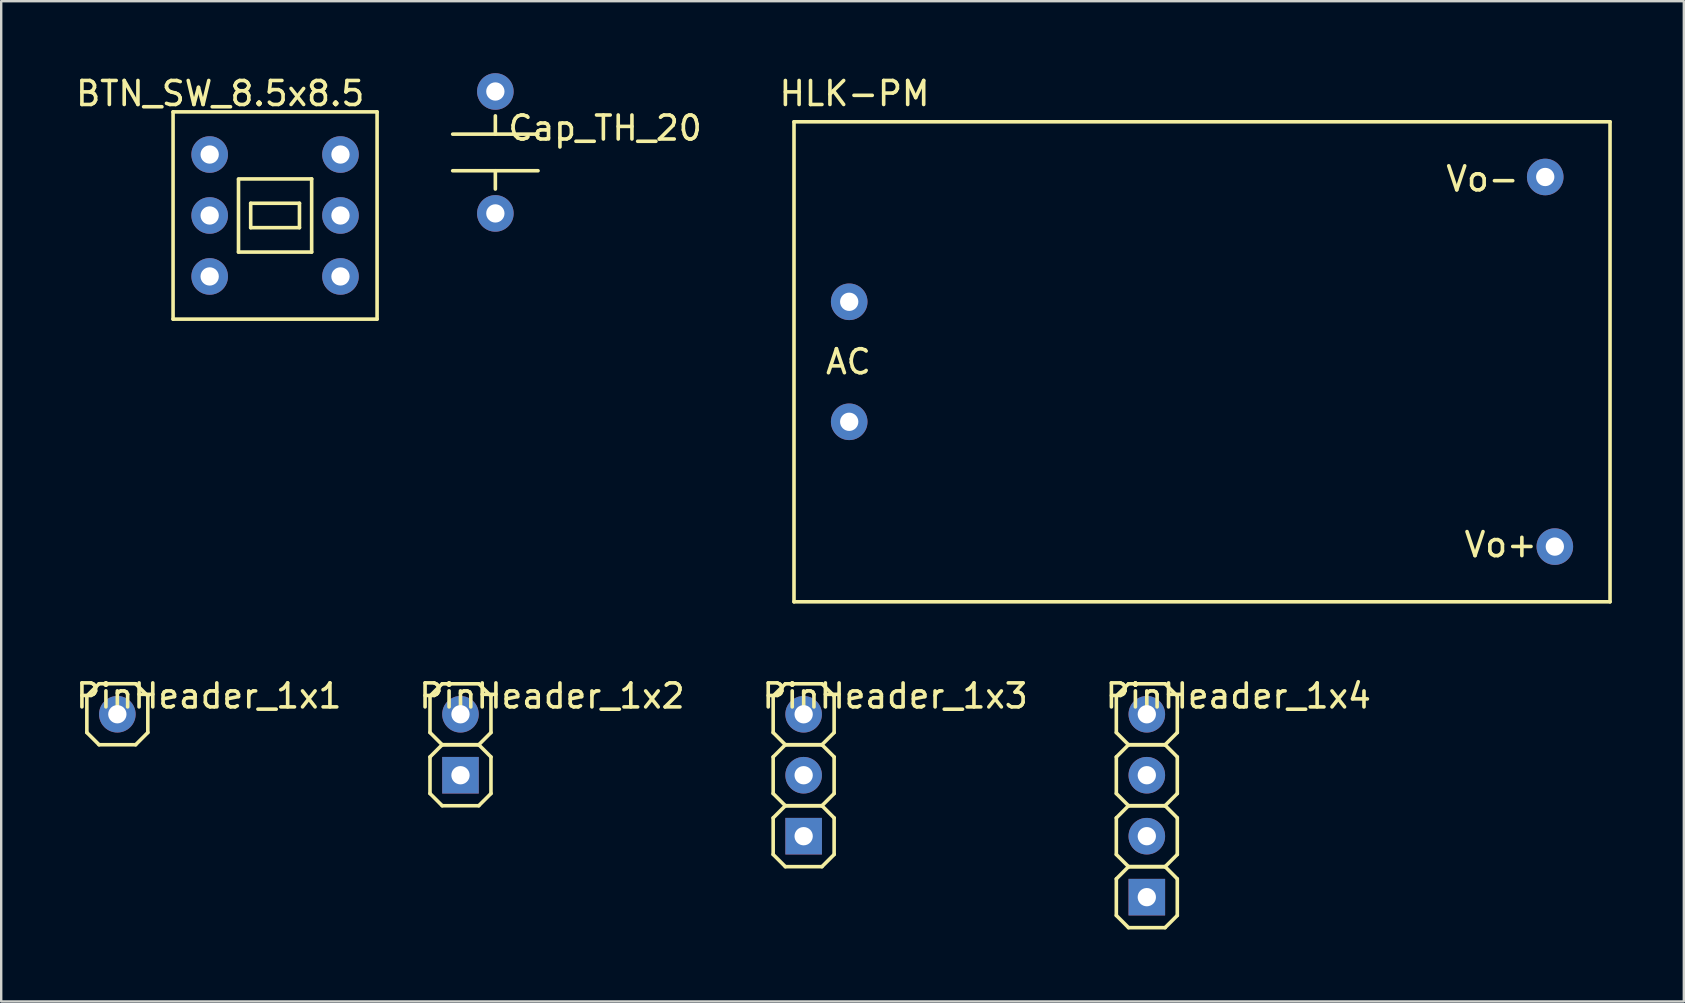
<source format=kicad_pcb>
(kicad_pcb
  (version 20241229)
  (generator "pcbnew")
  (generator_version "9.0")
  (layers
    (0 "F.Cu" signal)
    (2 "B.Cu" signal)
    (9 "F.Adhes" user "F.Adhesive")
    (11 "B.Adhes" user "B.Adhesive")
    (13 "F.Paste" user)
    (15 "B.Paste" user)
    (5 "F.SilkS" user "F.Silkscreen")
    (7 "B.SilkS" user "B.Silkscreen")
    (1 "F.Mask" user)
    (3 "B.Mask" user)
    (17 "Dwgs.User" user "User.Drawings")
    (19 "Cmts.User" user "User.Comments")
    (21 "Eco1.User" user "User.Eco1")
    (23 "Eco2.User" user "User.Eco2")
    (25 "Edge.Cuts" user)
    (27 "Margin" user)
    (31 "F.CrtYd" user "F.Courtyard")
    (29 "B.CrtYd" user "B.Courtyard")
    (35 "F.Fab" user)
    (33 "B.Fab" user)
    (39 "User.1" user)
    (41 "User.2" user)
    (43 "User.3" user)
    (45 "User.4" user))
  (footprint "BTN_SW_8.5x8.5"
    (layer "F.Cu")
    (at 8.411 5.928)
    (property "Reference" "BTN_SW_8.5x8.5" (at -2.286 -5.08 0) (layer "F.SilkS") (effects (font (size 1 1) (thickness 0.15))))
    (attr through_hole)
    (fp_line (start -4.25 -4.318) (end -4.25 4.318) (stroke (width 0.15) (type solid)) (layer "F.SilkS"))
    (fp_line (start -4.25 4.318) (end 4.25 4.318) (stroke (width 0.15) (type solid)) (layer "F.SilkS"))
    (fp_line (start -1.524 -1.5) (end -1.524 1.524) (stroke (width 0.15) (type solid)) (layer "F.SilkS"))
    (fp_line (start -1.524 1.524) (end 1.524 1.524) (stroke (width 0.15) (type solid)) (layer "F.SilkS"))
    (fp_line (start -1.016 -0.508) (end -1.016 0.508) (stroke (width 0.15) (type solid)) (layer "F.SilkS"))
    (fp_line (start -1.016 0.508) (end 1.016 0.508) (stroke (width 0.15) (type solid)) (layer "F.SilkS"))
    (fp_line (start 1.016 -0.508) (end -1.016 -0.508) (stroke (width 0.15) (type solid)) (layer "F.SilkS"))
    (fp_line (start 1.016 0.508) (end 1.016 -0.508) (stroke (width 0.15) (type solid)) (layer "F.SilkS"))
    (fp_line (start 1.524 -1.524) (end -1.524 -1.524) (stroke (width 0.15) (type solid)) (layer "F.SilkS"))
    (fp_line (start 1.524 1.524) (end 1.524 -1.524) (stroke (width 0.15) (type solid)) (layer "F.SilkS"))
    (fp_line (start 4.25 -4.318) (end -4.25 -4.318) (stroke (width 0.15) (type solid)) (layer "F.SilkS"))
    (fp_line (start 4.25 -4.318) (end 4.25 4.318) (stroke (width 0.15) (type solid)) (layer "F.SilkS"))
    (pad "1" thru_hole circle (at -2.725 -2.54) (size 1.524 1.524) (drill 0.762) (layers "*.Cu" "*.Mask"))
    (pad "2" thru_hole circle (at -2.725 0) (size 1.524 1.524) (drill 0.762) (layers "*.Cu" "*.Mask"))
    (pad "3" thru_hole circle (at -2.725 2.54) (size 1.524 1.524) (drill 0.762) (layers "*.Cu" "*.Mask"))
    (pad "4" thru_hole circle (at 2.725 2.54) (size 1.524 1.524) (drill 0.762) (layers "*.Cu" "*.Mask"))
    (pad "5" thru_hole circle (at 2.725 0) (size 1.524 1.524) (drill 0.762) (layers "*.Cu" "*.Mask"))
    (pad "6" thru_hole circle (at 2.725 -2.54) (size 1.524 1.524) (drill 0.762) (layers "*.Cu" "*.Mask")))
  (footprint "PinHeader_1x3"
    (layer "F.Cu")
    (at 30.434 29.25)
    (property "Reference" "PinHeader_1x3" (at 3.81 -3.302 0) (layer "F.SilkS") (effects (font (size 1 1) (thickness 0.15))))
    (attr through_hole)
    (fp_line (start -1.27 -3.302) (end -0.762 -3.81) (stroke (width 0.15) (type solid)) (layer "F.SilkS"))
    (fp_line (start -1.27 -1.778) (end -1.27 -3.302) (stroke (width 0.15) (type solid)) (layer "F.SilkS"))
    (fp_line (start -1.27 -0.762) (end -0.762 -1.27) (stroke (width 0.15) (type solid)) (layer "F.SilkS"))
    (fp_line (start -1.27 0.762) (end -1.27 -0.762) (stroke (width 0.15) (type solid)) (layer "F.SilkS"))
    (fp_line (start -1.27 1.778) (end -0.762 1.27) (stroke (width 0.15) (type solid)) (layer "F.SilkS"))
    (fp_line (start -1.27 3.302) (end -1.27 1.778) (stroke (width 0.15) (type solid)) (layer "F.SilkS"))
    (fp_line (start -0.762 -1.27) (end -1.27 -1.778) (stroke (width 0.15) (type solid)) (layer "F.SilkS"))
    (fp_line (start -0.762 -1.27) (end 0.762 -1.27) (stroke (width 0.15) (type solid)) (layer "F.SilkS"))
    (fp_line (start -0.762 1.27) (end -1.27 0.762) (stroke (width 0.15) (type solid)) (layer "F.SilkS"))
    (fp_line (start -0.762 1.27) (end 0.762 1.27) (stroke (width 0.15) (type solid)) (layer "F.SilkS"))
    (fp_line (start -0.762 3.81) (end -1.27 3.302) (stroke (width 0.15) (type solid)) (layer "F.SilkS"))
    (fp_line (start 0.762 -3.81) (end -0.762 -3.81) (stroke (width 0.15) (type solid)) (layer "F.SilkS"))
    (fp_line (start 0.762 -3.81) (end 1.27 -3.302) (stroke (width 0.15) (type solid)) (layer "F.SilkS"))
    (fp_line (start 0.762 -1.27) (end -0.762 -1.27) (stroke (width 0.15) (type solid)) (layer "F.SilkS"))
    (fp_line (start 0.762 -1.27) (end 1.27 -0.762) (stroke (width 0.15) (type solid)) (layer "F.SilkS"))
    (fp_line (start 0.762 1.27) (end -0.762 1.27) (stroke (width 0.15) (type solid)) (layer "F.SilkS"))
    (fp_line (start 0.762 1.27) (end 1.27 1.778) (stroke (width 0.15) (type solid)) (layer "F.SilkS"))
    (fp_line (start 0.762 3.81) (end -0.762 3.81) (stroke (width 0.15) (type solid)) (layer "F.SilkS"))
    (fp_line (start 1.27 -3.302) (end 1.27 -1.778) (stroke (width 0.15) (type solid)) (layer "F.SilkS"))
    (fp_line (start 1.27 -1.778) (end 0.762 -1.27) (stroke (width 0.15) (type solid)) (layer "F.SilkS"))
    (fp_line (start 1.27 -0.762) (end 1.27 0.762) (stroke (width 0.15) (type solid)) (layer "F.SilkS"))
    (fp_line (start 1.27 0.762) (end 0.762 1.27) (stroke (width 0.15) (type solid)) (layer "F.SilkS"))
    (fp_line (start 1.27 1.778) (end 1.27 3.302) (stroke (width 0.15) (type solid)) (layer "F.SilkS"))
    (fp_line (start 1.27 3.302) (end 0.762 3.81) (stroke (width 0.15) (type solid)) (layer "F.SilkS"))
    (pad "1" thru_hole circle (at 0 -2.54) (size 1.524 1.524) (drill 0.762) (layers "*.Cu" "*.Mask"))
    (pad "2" thru_hole circle (at 0 0) (size 1.524 1.524) (drill 0.762) (layers "*.Cu" "*.Mask"))
    (pad "3" thru_hole rect (at 0 2.54) (size 1.524 1.524) (drill 0.762) (layers "*.Cu" "*.Mask")))
  (footprint "PinHeader_1x2"
    (layer "F.Cu")
    (at 16.136 27.98)
    (property "Reference" "PinHeader_1x2" (at 3.81 -2.032 0) (layer "F.SilkS") (effects (font (size 1 1) (thickness 0.15))))
    (attr through_hole)
    (fp_line (start -1.27 -2.032) (end -0.762 -2.54) (stroke (width 0.15) (type solid)) (layer "F.SilkS"))
    (fp_line (start -1.27 -0.508) (end -1.27 -2.032) (stroke (width 0.15) (type solid)) (layer "F.SilkS"))
    (fp_line (start -1.27 0.508) (end -0.762 0) (stroke (width 0.15) (type solid)) (layer "F.SilkS"))
    (fp_line (start -1.27 2.032) (end -1.27 0.508) (stroke (width 0.15) (type solid)) (layer "F.SilkS"))
    (fp_line (start -0.762 0) (end -1.27 -0.508) (stroke (width 0.15) (type solid)) (layer "F.SilkS"))
    (fp_line (start -0.762 0) (end 0.762 0) (stroke (width 0.15) (type solid)) (layer "F.SilkS"))
    (fp_line (start -0.762 2.54) (end -1.27 2.032) (stroke (width 0.15) (type solid)) (layer "F.SilkS"))
    (fp_line (start 0.762 -2.54) (end -0.762 -2.54) (stroke (width 0.15) (type solid)) (layer "F.SilkS"))
    (fp_line (start 0.762 -2.54) (end 1.27 -2.032) (stroke (width 0.15) (type solid)) (layer "F.SilkS"))
    (fp_line (start 0.762 0) (end -0.762 0) (stroke (width 0.15) (type solid)) (layer "F.SilkS"))
    (fp_line (start 0.762 0) (end 1.27 0.508) (stroke (width 0.15) (type solid)) (layer "F.SilkS"))
    (fp_line (start 0.762 2.54) (end -0.762 2.54) (stroke (width 0.15) (type solid)) (layer "F.SilkS"))
    (fp_line (start 1.27 -2.032) (end 1.27 -0.508) (stroke (width 0.15) (type solid)) (layer "F.SilkS"))
    (fp_line (start 1.27 -0.508) (end 0.762 0) (stroke (width 0.15) (type solid)) (layer "F.SilkS"))
    (fp_line (start 1.27 0.508) (end 1.27 2.032) (stroke (width 0.15) (type solid)) (layer "F.SilkS"))
    (fp_line (start 1.27 2.032) (end 0.762 2.54) (stroke (width 0.15) (type solid)) (layer "F.SilkS"))
    (pad "1" thru_hole circle (at 0 -1.27) (size 1.524 1.524) (drill 0.762) (layers "*.Cu" "*.Mask"))
    (pad "2" thru_hole rect (at 0 1.27) (size 1.524 1.524) (drill 0.762) (layers "*.Cu" "*.Mask")))
  (footprint "PinHeader_1x1"
    (layer "F.Cu")
    (at 1.839 26.709)
    (property "Reference" "PinHeader_1x1" (at 3.81 -0.762 0) (layer "F.SilkS") (effects (font (size 1 1) (thickness 0.15))))
    (attr through_hole)
    (fp_line (start -1.27 -0.762) (end -0.762 -1.27) (stroke (width 0.15) (type solid)) (layer "F.SilkS"))
    (fp_line (start -1.27 0.762) (end -1.27 -0.762) (stroke (width 0.15) (type solid)) (layer "F.SilkS"))
    (fp_line (start -0.762 -1.27) (end 0.762 -1.27) (stroke (width 0.15) (type solid)) (layer "F.SilkS"))
    (fp_line (start -0.762 1.27) (end -1.27 0.762) (stroke (width 0.15) (type solid)) (layer "F.SilkS"))
    (fp_line (start 0.762 -1.27) (end 1.27 -0.762) (stroke (width 0.15) (type solid)) (layer "F.SilkS"))
    (fp_line (start 0.762 1.27) (end -0.762 1.27) (stroke (width 0.15) (type solid)) (layer "F.SilkS"))
    (fp_line (start 1.27 -0.762) (end 1.27 0.762) (stroke (width 0.15) (type solid)) (layer "F.SilkS"))
    (fp_line (start 1.27 0.762) (end 0.762 1.27) (stroke (width 0.15) (type solid)) (layer "F.SilkS"))
    (pad "1" thru_hole circle (at 0 0) (size 1.524 1.524) (drill 0.762) (layers "*.Cu" "*.Mask")))
  (footprint "PinHeader_1x4"
    (layer "F.Cu")
    (at 44.732 30.52)
    (property "Reference" "PinHeader_1x4" (at 3.81 -4.572 0) (layer "F.SilkS") (effects (font (size 1 1) (thickness 0.15))))
    (attr through_hole)
    (fp_line (start -1.27 -4.572) (end -0.762 -5.08) (stroke (width 0.15) (type solid)) (layer "F.SilkS"))
    (fp_line (start -1.27 -3.048) (end -1.27 -4.572) (stroke (width 0.15) (type solid)) (layer "F.SilkS"))
    (fp_line (start -1.27 -2.032) (end -0.762 -2.54) (stroke (width 0.15) (type solid)) (layer "F.SilkS"))
    (fp_line (start -1.27 -0.508) (end -1.27 -2.032) (stroke (width 0.15) (type solid)) (layer "F.SilkS"))
    (fp_line (start -1.27 0.508) (end -0.762 0) (stroke (width 0.15) (type solid)) (layer "F.SilkS"))
    (fp_line (start -1.27 2.032) (end -1.27 0.508) (stroke (width 0.15) (type solid)) (layer "F.SilkS"))
    (fp_line (start -1.27 3.048) (end -0.762 2.54) (stroke (width 0.15) (type solid)) (layer "F.SilkS"))
    (fp_line (start -1.27 4.572) (end -1.27 3.048) (stroke (width 0.15) (type solid)) (layer "F.SilkS"))
    (fp_line (start -0.762 -5.08) (end 0.762 -5.08) (stroke (width 0.15) (type solid)) (layer "F.SilkS"))
    (fp_line (start -0.762 -2.54) (end -1.27 -3.048) (stroke (width 0.15) (type solid)) (layer "F.SilkS"))
    (fp_line (start -0.762 -2.54) (end 0.762 -2.54) (stroke (width 0.15) (type solid)) (layer "F.SilkS"))
    (fp_line (start -0.762 0) (end -1.27 -0.508) (stroke (width 0.15) (type solid)) (layer "F.SilkS"))
    (fp_line (start -0.762 0) (end 0.762 0) (stroke (width 0.15) (type solid)) (layer "F.SilkS"))
    (fp_line (start -0.762 2.54) (end -1.27 2.032) (stroke (width 0.15) (type solid)) (layer "F.SilkS"))
    (fp_line (start -0.762 2.54) (end 0.762 2.54) (stroke (width 0.15) (type solid)) (layer "F.SilkS"))
    (fp_line (start -0.762 5.08) (end -1.27 4.572) (stroke (width 0.15) (type solid)) (layer "F.SilkS"))
    (fp_line (start 0.762 -5.08) (end 1.27 -4.572) (stroke (width 0.15) (type solid)) (layer "F.SilkS"))
    (fp_line (start 0.762 -2.54) (end -0.762 -2.54) (stroke (width 0.15) (type solid)) (layer "F.SilkS"))
    (fp_line (start 0.762 -2.54) (end 1.27 -2.032) (stroke (width 0.15) (type solid)) (layer "F.SilkS"))
    (fp_line (start 0.762 0) (end -0.762 0) (stroke (width 0.15) (type solid)) (layer "F.SilkS"))
    (fp_line (start 0.762 0) (end 1.27 0.508) (stroke (width 0.15) (type solid)) (layer "F.SilkS"))
    (fp_line (start 0.762 2.54) (end -0.762 2.54) (stroke (width 0.15) (type solid)) (layer "F.SilkS"))
    (fp_line (start 0.762 2.54) (end 1.27 3.048) (stroke (width 0.15) (type solid)) (layer "F.SilkS"))
    (fp_line (start 0.762 5.08) (end -0.762 5.08) (stroke (width 0.15) (type solid)) (layer "F.SilkS"))
    (fp_line (start 1.27 -4.572) (end 1.27 -3.048) (stroke (width 0.15) (type solid)) (layer "F.SilkS"))
    (fp_line (start 1.27 -3.048) (end 0.762 -2.54) (stroke (width 0.15) (type solid)) (layer "F.SilkS"))
    (fp_line (start 1.27 -2.032) (end 1.27 -0.508) (stroke (width 0.15) (type solid)) (layer "F.SilkS"))
    (fp_line (start 1.27 -0.508) (end 0.762 0) (stroke (width 0.15) (type solid)) (layer "F.SilkS"))
    (fp_line (start 1.27 0.508) (end 1.27 2.032) (stroke (width 0.15) (type solid)) (layer "F.SilkS"))
    (fp_line (start 1.27 2.032) (end 0.762 2.54) (stroke (width 0.15) (type solid)) (layer "F.SilkS"))
    (fp_line (start 1.27 3.048) (end 1.27 4.572) (stroke (width 0.15) (type solid)) (layer "F.SilkS"))
    (fp_line (start 1.27 4.572) (end 0.762 5.08) (stroke (width 0.15) (type solid)) (layer "F.SilkS"))
    (pad "1" thru_hole circle (at 0 -3.81) (size 1.524 1.524) (drill 0.762) (layers "*.Cu" "*.Mask"))
    (pad "2" thru_hole circle (at 0 -1.27) (size 1.524 1.524) (drill 0.762) (layers "*.Cu" "*.Mask"))
    (pad "3" thru_hole circle (at 0 1.27) (size 1.524 1.524) (drill 0.762) (layers "*.Cu" "*.Mask"))
    (pad "4" thru_hole rect (at 0 3.81) (size 1.524 1.524) (drill 0.762) (layers "*.Cu" "*.Mask")))
  (footprint "Cap_TH_20"
    (layer "F.Cu")
    (at 17.589 3.302)
    (property "Reference" "Cap_TH_20" (at 4.572 -1.016 0) (layer "F.SilkS") (effects (font (size 1 1) (thickness 0.15))))
    (attr through_hole)
    (fp_line (start -1.778 -0.762) (end 1.778 -0.762) (stroke (width 0.15) (type solid)) (layer "F.SilkS"))
    (fp_line (start 0 -0.762) (end 0 -1.524) (stroke (width 0.15) (type solid)) (layer "F.SilkS"))
    (fp_line (start 0 0.762) (end 0 1.524) (stroke (width 0.15) (type solid)) (layer "F.SilkS"))
    (fp_line (start 1.778 0.762) (end -1.778 0.762) (stroke (width 0.15) (type solid)) (layer "F.SilkS"))
    (pad "1" thru_hole circle (at 0 -2.54) (size 1.524 1.524) (drill 0.762) (layers "*.Cu" "*.Mask"))
    (pad "2" thru_hole circle (at 0 2.54) (size 1.524 1.524) (drill 0.762) (layers "*.Cu" "*.Mask")))
  (footprint "HLK-PM"
    (layer "F.Cu")
    (at 47.032 12.024)
    (property "Reference" "HLK-PM" (at -14.478 -11.176 0) (layer "F.SilkS") (effects (font (size 1 1) (thickness 0.15))))
    (attr through_hole)
    (fp_line (start -17 10) (end -17 -10) (stroke (width 0.15) (type solid)) (layer "F.SilkS"))
    (fp_line (start -17 10) (end 17 10) (stroke (width 0.15) (type solid)) (layer "F.SilkS"))
    (fp_line (start 17 -10) (end -17 -10) (stroke (width 0.15) (type solid)) (layer "F.SilkS"))
    (fp_line (start 17 10) (end 17 -10) (stroke (width 0.15) (type solid)) (layer "F.SilkS"))
    (fp_text user "Vo+" (at 12.446 7.62 0) (layer "F.SilkS") (effects (font (size 1 1) (thickness 0.15))))
    (fp_text user "Vo-" (at 11.684 -7.62 0) (layer "F.SilkS") (effects (font (size 1 1) (thickness 0.15))))
    (fp_text user "AC" (at -14.732 0 0) (layer "F.SilkS") (effects (font (size 1 1) (thickness 0.15))))
    (pad "1" thru_hole circle (at -14.7 -2.5) (size 1.524 1.524) (drill 0.762) (layers "*.Cu" "*.Mask"))
    (pad "2" thru_hole circle (at -14.7 2.5) (size 1.524 1.524) (drill 0.762) (layers "*.Cu" "*.Mask"))
    (pad "3" thru_hole circle (at 14.3 -7.7) (size 1.524 1.524) (drill 0.762) (layers "*.Cu" "*.Mask"))
    (pad "4" thru_hole circle (at 14.7 7.7) (size 1.524 1.524) (drill 0.762) (layers "*.Cu" "*.Mask")))
  (gr_rect
    (start -3 -3)
    (end 67.107 38.675)
    (stroke (width 0.1) (type default))
    (fill no)
    (layer "Edge.Cuts")))
</source>
